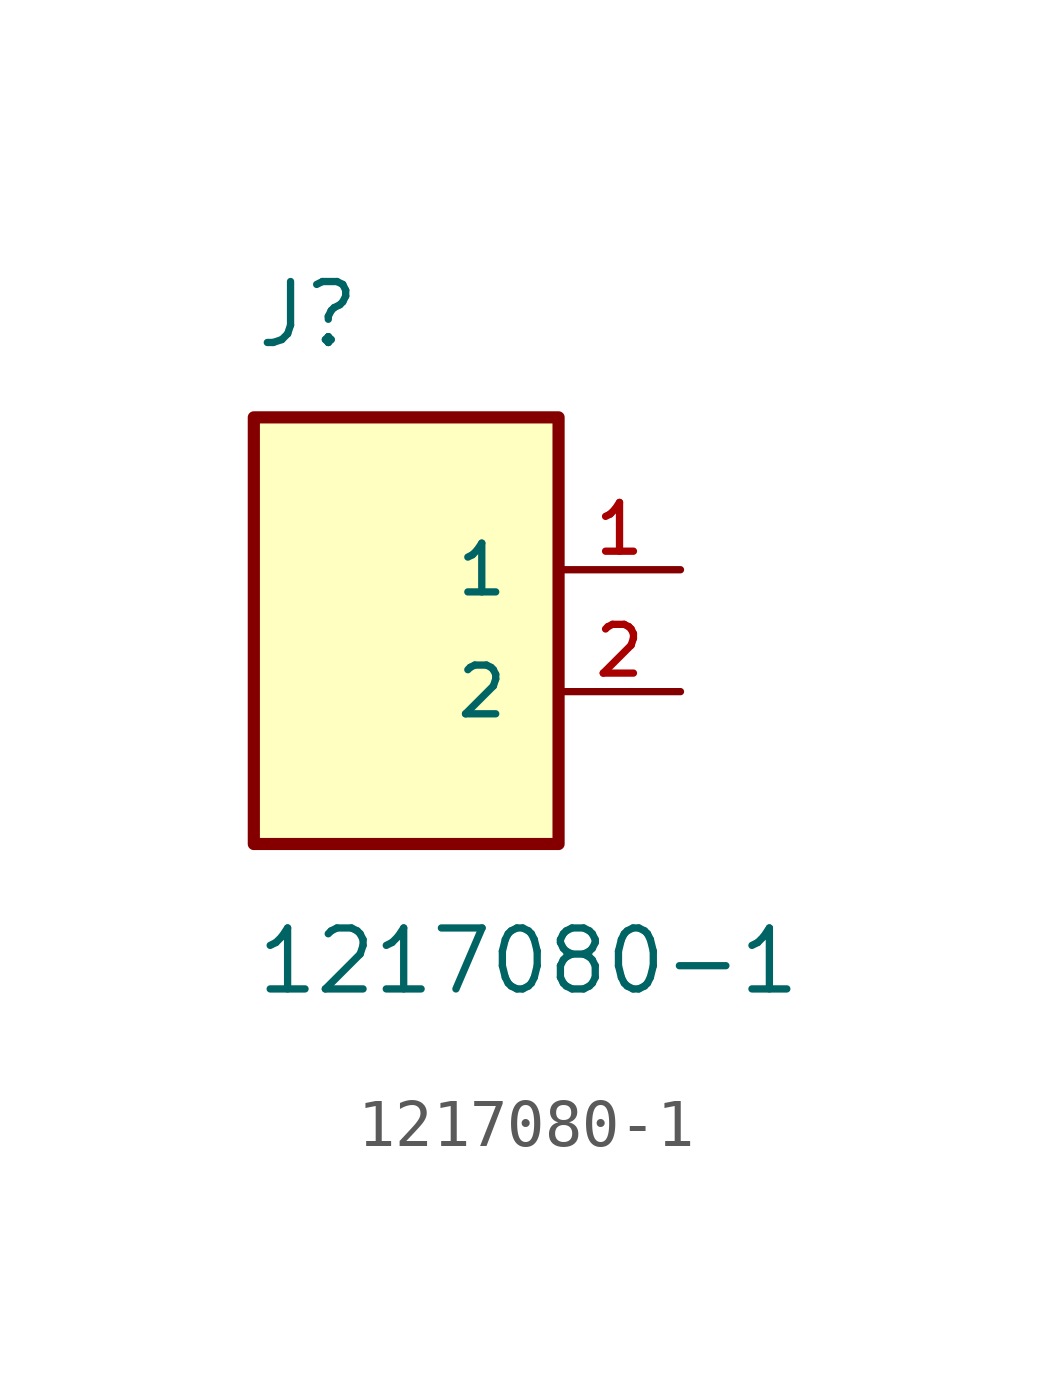
<source format=kicad_sym>
(kicad_symbol_lib
  (version 20211014)
  (generator kicad_symbol_editor)
  (symbol "1217080-1"
    (pin_names
      (offset 1.016))
    (property "Reference" "J"
      (at -1.27 4.572 0)
      (effects (font (size 1.27 1.27)) (justify bottom left)))
    (property "Value" "1217080-1"
      (at -1.271 -8.898 0)
      (effects (font (size 1.27 1.27)) (justify bottom left)))
    (symbol "1217080-1_0_0"
      (rectangle (start -1.27 -5.715) (end 5.08 3.175) (stroke (width 0.254)) (fill (type background)))
      (pin passive line (at 7.62 0.0 180.0) (length 2.54) (name "1" (effects (font (size 1.016 1.016)))) (number "1" (effects (font (size 1.016 1.016)))))
      (pin passive line (at 7.62 -2.54 180.0) (length 2.54) (name "2" (effects (font (size 1.016 1.016)))) (number "2" (effects (font (size 1.016 1.016))))))))
</source>
